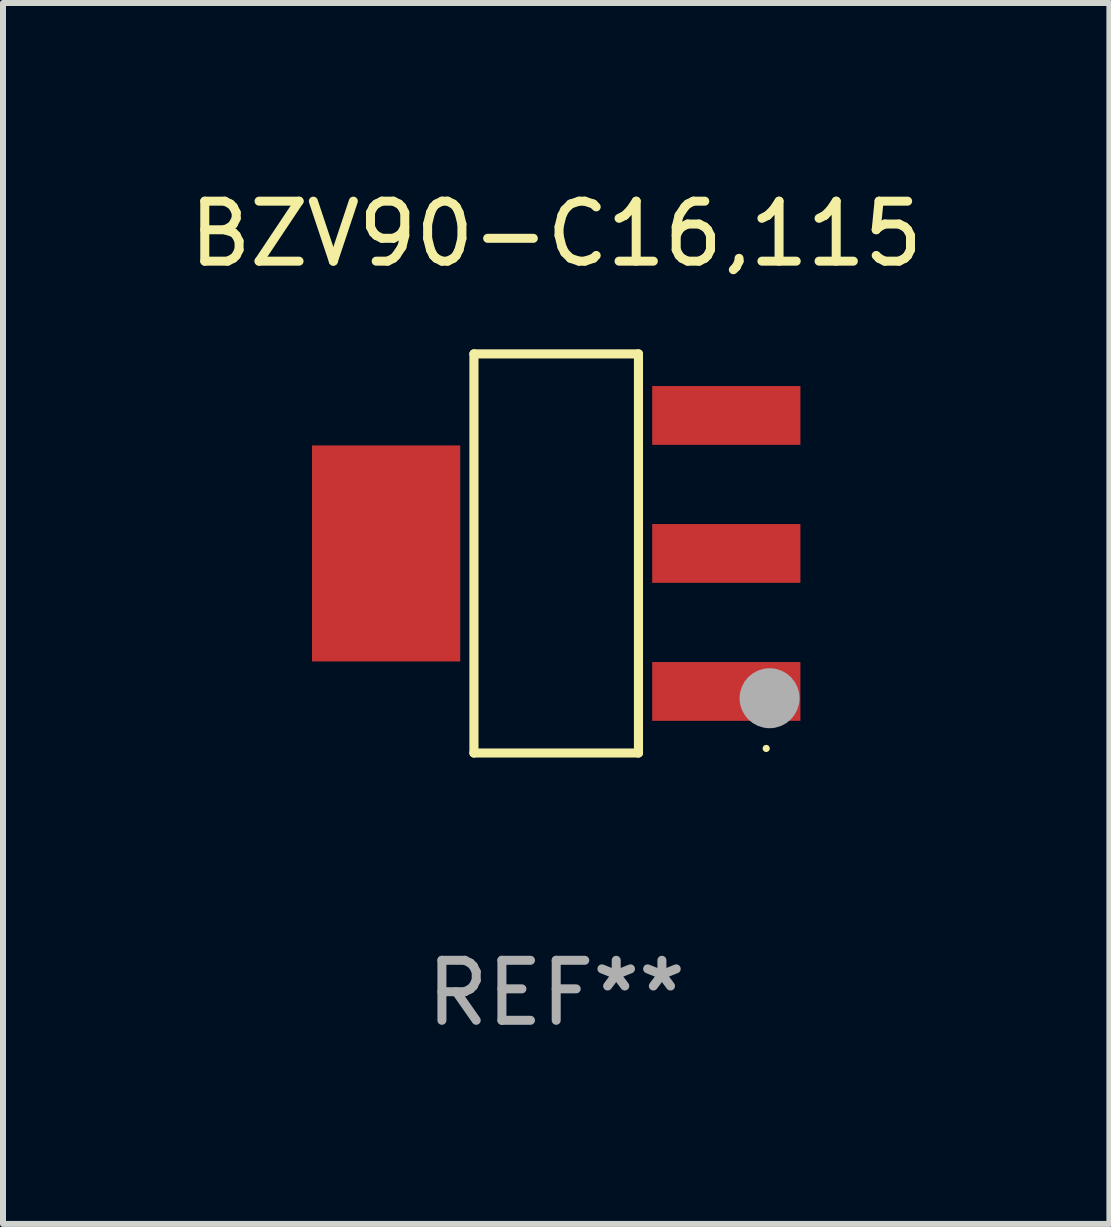
<source format=kicad_pcb>
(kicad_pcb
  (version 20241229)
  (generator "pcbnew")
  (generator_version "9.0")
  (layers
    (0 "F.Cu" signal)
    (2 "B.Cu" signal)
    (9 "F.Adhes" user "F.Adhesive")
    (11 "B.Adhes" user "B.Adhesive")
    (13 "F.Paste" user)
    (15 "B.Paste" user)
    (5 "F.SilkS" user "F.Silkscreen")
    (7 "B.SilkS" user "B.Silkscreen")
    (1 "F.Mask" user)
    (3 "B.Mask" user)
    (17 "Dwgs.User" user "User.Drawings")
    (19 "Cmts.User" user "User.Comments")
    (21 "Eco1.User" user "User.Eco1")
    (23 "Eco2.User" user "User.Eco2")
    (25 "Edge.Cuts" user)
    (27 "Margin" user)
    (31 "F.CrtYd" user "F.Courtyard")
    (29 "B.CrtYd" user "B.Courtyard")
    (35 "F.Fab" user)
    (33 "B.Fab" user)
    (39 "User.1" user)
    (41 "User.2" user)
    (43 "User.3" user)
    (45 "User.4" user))
  (footprint "BZV90-C16,115"
    (layer "F.Cu")
    (at 6.22 6.174)
    (property "Reference" "BZV90-C16,115" (at 0 -5.326 0) (layer "F.SilkS") (effects (font (size 1 1) (thickness 0.15))))
    (attr through_hole)
    (fp_line (start -1.371 -3.326) (end 1.371 -3.326) (stroke (width 0.152) (type solid)) (layer "F.SilkS"))
    (fp_line (start -1.371 3.326) (end -1.371 -3.326) (stroke (width 0.152) (type solid)) (layer "F.SilkS"))
    (fp_line (start 1.371 -3.326) (end 1.371 3.326) (stroke (width 0.152) (type solid)) (layer "F.SilkS"))
    (fp_line (start 1.371 3.326) (end -1.371 3.326) (stroke (width 0.152) (type solid)) (layer "F.SilkS"))
    (fp_circle (center 3.5 3.25) (end 3.53 3.25) (stroke (width 0.06) (type solid)) (fill no) (layer "F.SilkS"))
    (fp_circle (center 3.556 2.413) (end 3.806 2.413) (stroke (width 0.5) (type solid)) (fill no) (layer "F.Fab"))
    (fp_text user "REF**" (at 0 7.326 0) (layer "F.Fab") (effects (font (size 1 1) (thickness 0.15))))
    (pad "1" smd rect (at 2.835 2.3) (size 2.47 0.98) (layers "F.Cu" "F.Mask" "F.Paste"))
    (pad "2" smd rect (at 2.835 0) (size 2.47 0.98) (layers "F.Cu" "F.Mask" "F.Paste"))
    (pad "3" smd rect (at 2.835 -2.3) (size 2.47 0.98) (layers "F.Cu" "F.Mask" "F.Paste"))
    (pad "4" smd rect (at -2.835 0) (size 2.47 3.6) (layers "F.Cu" "F.Mask" "F.Paste")))
  (gr_rect
    (start -3 -3)
    (end 15.44 17.349)
    (stroke (width 0.1) (type default))
    (fill no)
    (layer "Edge.Cuts")))
</source>
